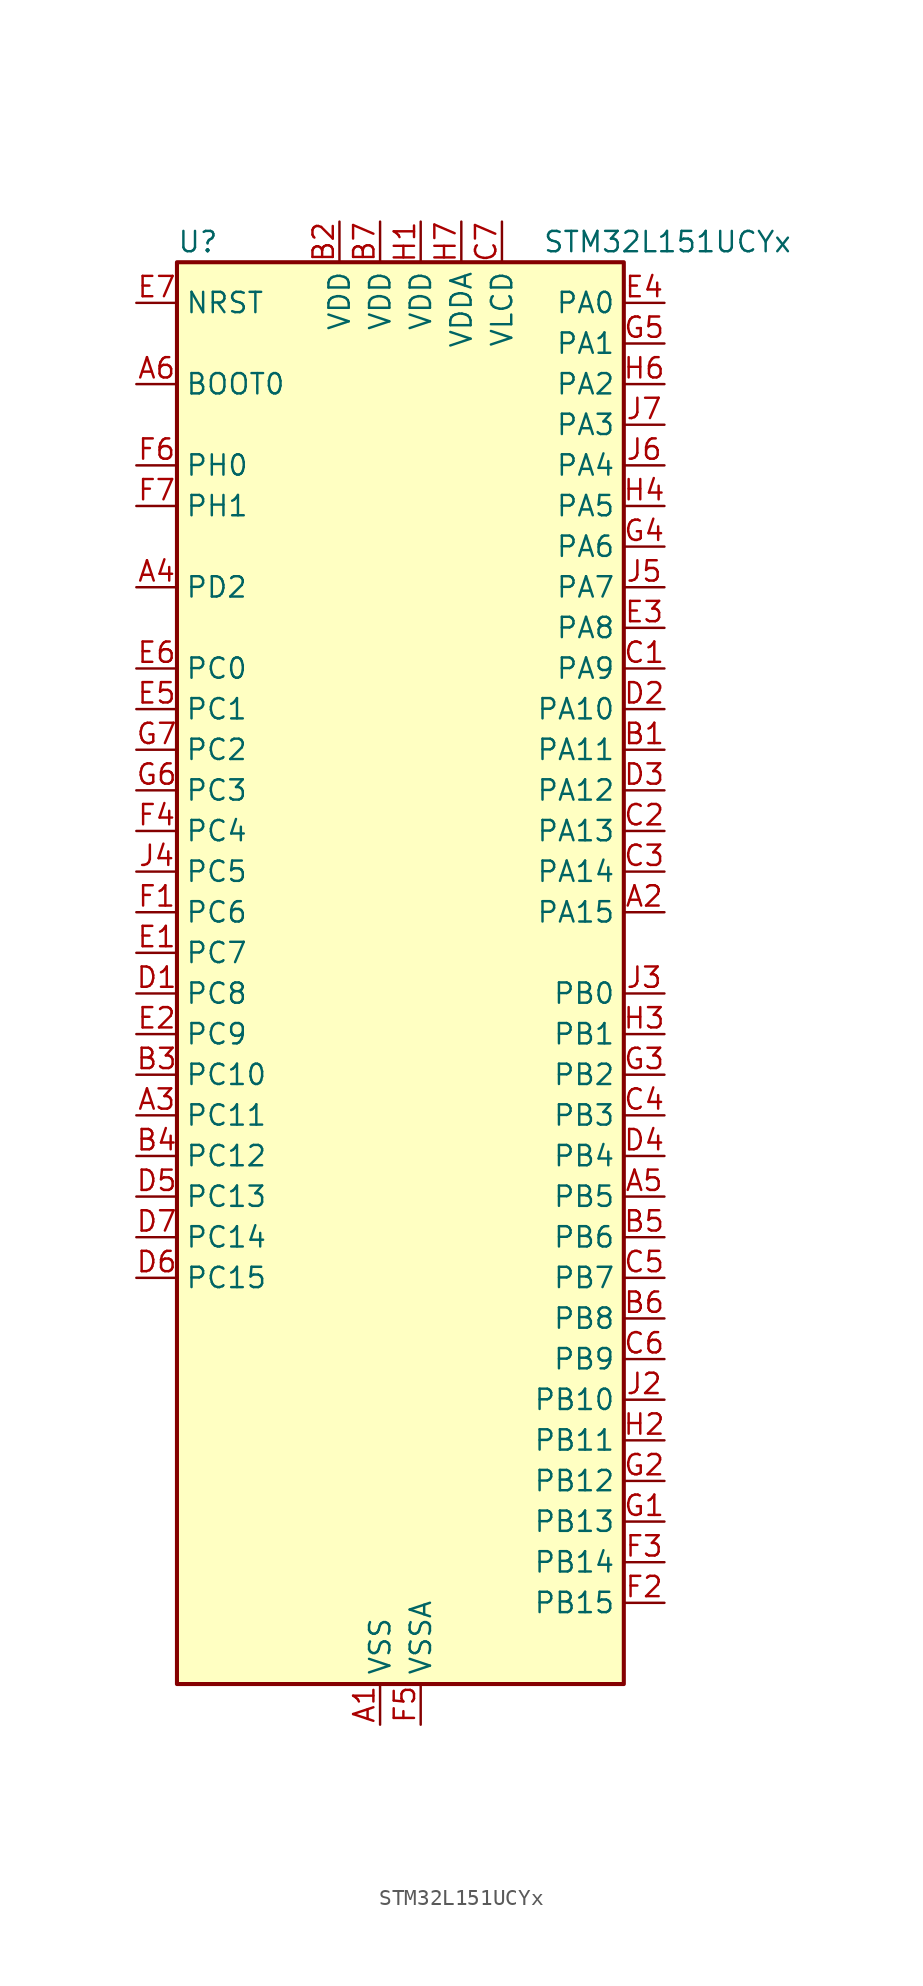
<source format=kicad_sym>
(kicad_symbol_lib
  (version 20231120)
  (generator "kicad-library-utils")
  (generator_version "8.0")
  (symbol "STM32L151UCYx"
    (property "Reference" "U"
      (at -12.7 46.99 0)
      (effects (font (size 1.27 1.27)) (justify left)))
    (property "Value" "STM32L151UCYx"
      (at 10.16 46.99 0)
      (effects (font (size 1.27 1.27)) (justify left)))
    (symbol "STM32L151UCYx_0_1"
      (rectangle (start -12.7 -43.18) (end 15.24 45.72) (stroke (width 0.254) (type default)) (fill (type background))))
    (symbol "STM32L151UCYx_1_1"
      (pin power_in line (at 0 -45.72 90) (length 2.54) (name "VSS" (effects (font (size 1.27 1.27)))) (number "A1" (effects (font (size 1.27 1.27)))))
      (pin bidirectional line (at 17.78 5.08 180) (length 2.54) (name "PA15" (effects (font (size 1.27 1.27)))) (number "A2" (effects (font (size 1.27 1.27)))) (alternate "ADC_EXTI15" bidirectional line) (alternate "I2S3_WS" bidirectional line) (alternate "SPI1_NSS" bidirectional line) (alternate "SPI3_NSS" bidirectional line) (alternate "SYS_JTDI" bidirectional line) (alternate "TIM2_CH1" bidirectional line) (alternate "TIM2_ETR" bidirectional line) (alternate "TIMX_IC4" bidirectional line) (alternate "TS_G5_IO3" bidirectional line))
      (pin bidirectional line (at -15.24 -7.62 0) (length 2.54) (name "PC11" (effects (font (size 1.27 1.27)))) (number "A3" (effects (font (size 1.27 1.27)))) (alternate "ADC_EXTI11" bidirectional line) (alternate "SPI3_MISO" bidirectional line) (alternate "TIMX_IC4" bidirectional line) (alternate "USART3_RX" bidirectional line))
      (pin bidirectional line (at -15.24 25.4 0) (length 2.54) (name "PD2" (effects (font (size 1.27 1.27)))) (number "A4" (effects (font (size 1.27 1.27)))) (alternate "TIM3_ETR" bidirectional line) (alternate "TIMX_IC3" bidirectional line))
      (pin bidirectional line (at 17.78 -12.7 180) (length 2.54) (name "PB5" (effects (font (size 1.27 1.27)))) (number "A5" (effects (font (size 1.27 1.27)))) (alternate "COMP2_INP" bidirectional line) (alternate "I2C1_SMBA" bidirectional line) (alternate "I2S3_SD" bidirectional line) (alternate "SPI1_MOSI" bidirectional line) (alternate "SPI3_MOSI" bidirectional line) (alternate "TIM3_CH2" bidirectional line) (alternate "TS_G6_IO2" bidirectional line))
      (pin input line (at -15.24 38.1 0) (length 2.54) (name "BOOT0" (effects (font (size 1.27 1.27)))) (number "A6" (effects (font (size 1.27 1.27)))))
      (pin passive line (at 0 -45.72 90) (length 2.54) hide (name "VSS" (effects (font (size 1.27 1.27)))) (number "A7" (effects (font (size 1.27 1.27)))))
      (pin bidirectional line (at 17.78 15.24 180) (length 2.54) (name "PA11" (effects (font (size 1.27 1.27)))) (number "B1" (effects (font (size 1.27 1.27)))) (alternate "ADC_EXTI11" bidirectional line) (alternate "SPI1_MISO" bidirectional line) (alternate "TIMX_IC4" bidirectional line) (alternate "USART1_CTS" bidirectional line) (alternate "USB_DM" bidirectional line))
      (pin power_in line (at -2.54 48.26 270) (length 2.54) (name "VDD" (effects (font (size 1.27 1.27)))) (number "B2" (effects (font (size 1.27 1.27)))))
      (pin bidirectional line (at -15.24 -5.08 0) (length 2.54) (name "PC10" (effects (font (size 1.27 1.27)))) (number "B3" (effects (font (size 1.27 1.27)))) (alternate "I2S3_CK" bidirectional line) (alternate "SPI3_SCK" bidirectional line) (alternate "TIMX_IC3" bidirectional line) (alternate "USART3_TX" bidirectional line))
      (pin bidirectional line (at -15.24 -10.16 0) (length 2.54) (name "PC12" (effects (font (size 1.27 1.27)))) (number "B4" (effects (font (size 1.27 1.27)))) (alternate "I2S3_SD" bidirectional line) (alternate "SPI3_MOSI" bidirectional line) (alternate "TIMX_IC1" bidirectional line) (alternate "USART3_CK" bidirectional line))
      (pin bidirectional line (at 17.78 -15.24 180) (length 2.54) (name "PB6" (effects (font (size 1.27 1.27)))) (number "B5" (effects (font (size 1.27 1.27)))) (alternate "COMP2_INP" bidirectional line) (alternate "I2C1_SCL" bidirectional line) (alternate "TIM4_CH1" bidirectional line) (alternate "TS_G6_IO3" bidirectional line) (alternate "USART1_TX" bidirectional line))
      (pin bidirectional line (at 17.78 -20.32 180) (length 2.54) (name "PB8" (effects (font (size 1.27 1.27)))) (number "B6" (effects (font (size 1.27 1.27)))) (alternate "I2C1_SCL" bidirectional line) (alternate "TIM10_CH1" bidirectional line) (alternate "TIM4_CH3" bidirectional line))
      (pin power_in line (at 0 48.26 270) (length 2.54) (name "VDD" (effects (font (size 1.27 1.27)))) (number "B7" (effects (font (size 1.27 1.27)))))
      (pin bidirectional line (at 17.78 20.32 180) (length 2.54) (name "PA9" (effects (font (size 1.27 1.27)))) (number "C1" (effects (font (size 1.27 1.27)))) (alternate "DAC_EXTI9" bidirectional line) (alternate "TIMX_IC2" bidirectional line) (alternate "TS_G4_IO2" bidirectional line) (alternate "USART1_TX" bidirectional line))
      (pin bidirectional line (at 17.78 10.16 180) (length 2.54) (name "PA13" (effects (font (size 1.27 1.27)))) (number "C2" (effects (font (size 1.27 1.27)))) (alternate "SYS_JTMS-SWDIO" bidirectional line) (alternate "TIMX_IC2" bidirectional line) (alternate "TS_G5_IO1" bidirectional line))
      (pin bidirectional line (at 17.78 7.62 180) (length 2.54) (name "PA14" (effects (font (size 1.27 1.27)))) (number "C3" (effects (font (size 1.27 1.27)))) (alternate "SYS_JTCK-SWCLK" bidirectional line) (alternate "TIMX_IC3" bidirectional line) (alternate "TS_G5_IO2" bidirectional line))
      (pin bidirectional line (at 17.78 -7.62 180) (length 2.54) (name "PB3" (effects (font (size 1.27 1.27)))) (number "C4" (effects (font (size 1.27 1.27)))) (alternate "COMP2_INM" bidirectional line) (alternate "I2S3_CK" bidirectional line) (alternate "SPI1_SCK" bidirectional line) (alternate "SPI3_SCK" bidirectional line) (alternate "SYS_JTDO-TRACESWO" bidirectional line) (alternate "TIM2_CH2" bidirectional line))
      (pin bidirectional line (at 17.78 -17.78 180) (length 2.54) (name "PB7" (effects (font (size 1.27 1.27)))) (number "C5" (effects (font (size 1.27 1.27)))) (alternate "COMP2_INP" bidirectional line) (alternate "I2C1_SDA" bidirectional line) (alternate "SYS_PVD_IN" bidirectional line) (alternate "TIM4_CH2" bidirectional line) (alternate "TS_G6_IO4" bidirectional line) (alternate "USART1_RX" bidirectional line))
      (pin bidirectional line (at 17.78 -22.86 180) (length 2.54) (name "PB9" (effects (font (size 1.27 1.27)))) (number "C6" (effects (font (size 1.27 1.27)))) (alternate "DAC_EXTI9" bidirectional line) (alternate "I2C1_SDA" bidirectional line) (alternate "TIM11_CH1" bidirectional line) (alternate "TIM4_CH4" bidirectional line))
      (pin power_in line (at 7.62 48.26 270) (length 2.54) (name "VLCD" (effects (font (size 1.27 1.27)))) (number "C7" (effects (font (size 1.27 1.27)))))
      (pin bidirectional line (at -15.24 0 0) (length 2.54) (name "PC8" (effects (font (size 1.27 1.27)))) (number "D1" (effects (font (size 1.27 1.27)))) (alternate "TIM3_CH3" bidirectional line) (alternate "TIMX_IC1" bidirectional line) (alternate "TS_G10_IO3" bidirectional line))
      (pin bidirectional line (at 17.78 17.78 180) (length 2.54) (name "PA10" (effects (font (size 1.27 1.27)))) (number "D2" (effects (font (size 1.27 1.27)))) (alternate "TIMX_IC3" bidirectional line) (alternate "TS_G4_IO3" bidirectional line) (alternate "USART1_RX" bidirectional line))
      (pin bidirectional line (at 17.78 12.7 180) (length 2.54) (name "PA12" (effects (font (size 1.27 1.27)))) (number "D3" (effects (font (size 1.27 1.27)))) (alternate "SPI1_MOSI" bidirectional line) (alternate "TIMX_IC1" bidirectional line) (alternate "USART1_RTS" bidirectional line) (alternate "USB_DP" bidirectional line))
      (pin bidirectional line (at 17.78 -10.16 180) (length 2.54) (name "PB4" (effects (font (size 1.27 1.27)))) (number "D4" (effects (font (size 1.27 1.27)))) (alternate "COMP2_INP" bidirectional line) (alternate "SPI1_MISO" bidirectional line) (alternate "SPI3_MISO" bidirectional line) (alternate "SYS_JTRST" bidirectional line) (alternate "TIM3_CH1" bidirectional line) (alternate "TS_G6_IO1" bidirectional line))
      (pin bidirectional line (at -15.24 -12.7 0) (length 2.54) (name "PC13" (effects (font (size 1.27 1.27)))) (number "D5" (effects (font (size 1.27 1.27)))) (alternate "RTC_OUT_ALARM" bidirectional line) (alternate "RTC_OUT_CALIB" bidirectional line) (alternate "RTC_TAMP1" bidirectional line) (alternate "RTC_TS" bidirectional line) (alternate "SYS_WKUP2" bidirectional line) (alternate "TIMX_IC2" bidirectional line))
      (pin bidirectional line (at -15.24 -17.78 0) (length 2.54) (name "PC15" (effects (font (size 1.27 1.27)))) (number "D6" (effects (font (size 1.27 1.27)))) (alternate "ADC_EXTI15" bidirectional line) (alternate "RCC_OSC32_OUT" bidirectional line) (alternate "TIMX_IC4" bidirectional line))
      (pin bidirectional line (at -15.24 -15.24 0) (length 2.54) (name "PC14" (effects (font (size 1.27 1.27)))) (number "D7" (effects (font (size 1.27 1.27)))) (alternate "RCC_OSC32_IN" bidirectional line) (alternate "TIMX_IC3" bidirectional line))
      (pin bidirectional line (at -15.24 2.54 0) (length 2.54) (name "PC7" (effects (font (size 1.27 1.27)))) (number "E1" (effects (font (size 1.27 1.27)))) (alternate "I2S3_MCK" bidirectional line) (alternate "TIM3_CH2" bidirectional line) (alternate "TIMX_IC4" bidirectional line) (alternate "TS_G10_IO2" bidirectional line))
      (pin bidirectional line (at -15.24 -2.54 0) (length 2.54) (name "PC9" (effects (font (size 1.27 1.27)))) (number "E2" (effects (font (size 1.27 1.27)))) (alternate "DAC_EXTI9" bidirectional line) (alternate "TIM3_CH4" bidirectional line) (alternate "TIMX_IC2" bidirectional line) (alternate "TS_G10_IO4" bidirectional line))
      (pin bidirectional line (at 17.78 22.86 180) (length 2.54) (name "PA8" (effects (font (size 1.27 1.27)))) (number "E3" (effects (font (size 1.27 1.27)))) (alternate "RCC_MCO" bidirectional line) (alternate "TIMX_IC1" bidirectional line) (alternate "TS_G4_IO1" bidirectional line) (alternate "USART1_CK" bidirectional line))
      (pin bidirectional line (at 17.78 43.18 180) (length 2.54) (name "PA0" (effects (font (size 1.27 1.27)))) (number "E4" (effects (font (size 1.27 1.27)))) (alternate "ADC_IN0" bidirectional line) (alternate "COMP1_INP" bidirectional line) (alternate "RTC_TAMP2" bidirectional line) (alternate "SYS_WKUP1" bidirectional line) (alternate "TIM2_CH1" bidirectional line) (alternate "TIM2_ETR" bidirectional line) (alternate "TIM5_CH1" bidirectional line) (alternate "TIMX_IC1" bidirectional line) (alternate "TS_G1_IO1" bidirectional line) (alternate "USART2_CTS" bidirectional line))
      (pin bidirectional line (at -15.24 17.78 0) (length 2.54) (name "PC1" (effects (font (size 1.27 1.27)))) (number "E5" (effects (font (size 1.27 1.27)))) (alternate "ADC_IN11" bidirectional line) (alternate "COMP1_INP" bidirectional line) (alternate "TIMX_IC2" bidirectional line) (alternate "TS_G8_IO2" bidirectional line))
      (pin bidirectional line (at -15.24 20.32 0) (length 2.54) (name "PC0" (effects (font (size 1.27 1.27)))) (number "E6" (effects (font (size 1.27 1.27)))) (alternate "ADC_IN10" bidirectional line) (alternate "COMP1_INP" bidirectional line) (alternate "TIMX_IC1" bidirectional line) (alternate "TS_G8_IO1" bidirectional line))
      (pin input line (at -15.24 43.18 0) (length 2.54) (name "NRST" (effects (font (size 1.27 1.27)))) (number "E7" (effects (font (size 1.27 1.27)))))
      (pin bidirectional line (at -15.24 5.08 0) (length 2.54) (name "PC6" (effects (font (size 1.27 1.27)))) (number "F1" (effects (font (size 1.27 1.27)))) (alternate "I2S2_MCK" bidirectional line) (alternate "TIM3_CH1" bidirectional line) (alternate "TIMX_IC3" bidirectional line) (alternate "TS_G10_IO1" bidirectional line))
      (pin bidirectional line (at 17.78 -38.1 180) (length 2.54) (name "PB15" (effects (font (size 1.27 1.27)))) (number "F2" (effects (font (size 1.27 1.27)))) (alternate "ADC_EXTI15" bidirectional line) (alternate "ADC_IN21" bidirectional line) (alternate "COMP1_INP" bidirectional line) (alternate "I2S2_SD" bidirectional line) (alternate "RTC_REFIN" bidirectional line) (alternate "SPI2_MOSI" bidirectional line) (alternate "TIM11_CH1" bidirectional line) (alternate "TS_G7_IO4" bidirectional line))
      (pin bidirectional line (at 17.78 -35.56 180) (length 2.54) (name "PB14" (effects (font (size 1.27 1.27)))) (number "F3" (effects (font (size 1.27 1.27)))) (alternate "ADC_IN20" bidirectional line) (alternate "COMP1_INP" bidirectional line) (alternate "SPI2_MISO" bidirectional line) (alternate "TIM9_CH2" bidirectional line) (alternate "TS_G7_IO3" bidirectional line) (alternate "USART3_RTS" bidirectional line))
      (pin bidirectional line (at -15.24 10.16 0) (length 2.54) (name "PC4" (effects (font (size 1.27 1.27)))) (number "F4" (effects (font (size 1.27 1.27)))) (alternate "ADC_IN14" bidirectional line) (alternate "COMP1_INP" bidirectional line) (alternate "TIMX_IC1" bidirectional line) (alternate "TS_G9_IO1" bidirectional line))
      (pin power_in line (at 2.54 -45.72 90) (length 2.54) (name "VSSA" (effects (font (size 1.27 1.27)))) (number "F5" (effects (font (size 1.27 1.27)))))
      (pin bidirectional line (at -15.24 33.02 0) (length 2.54) (name "PH0" (effects (font (size 1.27 1.27)))) (number "F6" (effects (font (size 1.27 1.27)))) (alternate "RCC_OSC_IN" bidirectional line))
      (pin bidirectional line (at -15.24 30.48 0) (length 2.54) (name "PH1" (effects (font (size 1.27 1.27)))) (number "F7" (effects (font (size 1.27 1.27)))) (alternate "RCC_OSC_OUT" bidirectional line))
      (pin bidirectional line (at 17.78 -33.02 180) (length 2.54) (name "PB13" (effects (font (size 1.27 1.27)))) (number "G1" (effects (font (size 1.27 1.27)))) (alternate "ADC_IN19" bidirectional line) (alternate "COMP1_INP" bidirectional line) (alternate "I2S2_CK" bidirectional line) (alternate "SPI2_SCK" bidirectional line) (alternate "TIM9_CH1" bidirectional line) (alternate "TS_G7_IO2" bidirectional line) (alternate "USART3_CTS" bidirectional line))
      (pin bidirectional line (at 17.78 -30.48 180) (length 2.54) (name "PB12" (effects (font (size 1.27 1.27)))) (number "G2" (effects (font (size 1.27 1.27)))) (alternate "ADC_IN18" bidirectional line) (alternate "COMP1_INP" bidirectional line) (alternate "I2C2_SMBA" bidirectional line) (alternate "I2S2_WS" bidirectional line) (alternate "SPI2_NSS" bidirectional line) (alternate "TIM10_CH1" bidirectional line) (alternate "TS_G7_IO1" bidirectional line) (alternate "USART3_CK" bidirectional line))
      (pin bidirectional line (at 17.78 -5.08 180) (length 2.54) (name "PB2" (effects (font (size 1.27 1.27)))) (number "G3" (effects (font (size 1.27 1.27)))) (alternate "TS_G3_IO3" bidirectional line))
      (pin bidirectional line (at 17.78 27.94 180) (length 2.54) (name "PA6" (effects (font (size 1.27 1.27)))) (number "G4" (effects (font (size 1.27 1.27)))) (alternate "ADC_IN6" bidirectional line) (alternate "COMP1_INP" bidirectional line) (alternate "OPAMP2_VINP" bidirectional line) (alternate "SPI1_MISO" bidirectional line) (alternate "TIM10_CH1" bidirectional line) (alternate "TIM3_CH1" bidirectional line) (alternate "TIMX_IC3" bidirectional line) (alternate "TS_G2_IO1" bidirectional line))
      (pin bidirectional line (at 17.78 40.64 180) (length 2.54) (name "PA1" (effects (font (size 1.27 1.27)))) (number "G5" (effects (font (size 1.27 1.27)))) (alternate "ADC_IN1" bidirectional line) (alternate "COMP1_INP" bidirectional line) (alternate "OPAMP1_VINP" bidirectional line) (alternate "TIM2_CH2" bidirectional line) (alternate "TIM5_CH2" bidirectional line) (alternate "TIMX_IC2" bidirectional line) (alternate "TS_G1_IO2" bidirectional line) (alternate "USART2_RTS" bidirectional line))
      (pin bidirectional line (at -15.24 12.7 0) (length 2.54) (name "PC3" (effects (font (size 1.27 1.27)))) (number "G6" (effects (font (size 1.27 1.27)))) (alternate "ADC_IN13" bidirectional line) (alternate "COMP1_INP" bidirectional line) (alternate "TIMX_IC4" bidirectional line) (alternate "TS_G8_IO4" bidirectional line))
      (pin bidirectional line (at -15.24 15.24 0) (length 2.54) (name "PC2" (effects (font (size 1.27 1.27)))) (number "G7" (effects (font (size 1.27 1.27)))) (alternate "ADC_IN12" bidirectional line) (alternate "COMP1_INP" bidirectional line) (alternate "TIMX_IC3" bidirectional line) (alternate "TS_G8_IO3" bidirectional line))
      (pin power_in line (at 2.54 48.26 270) (length 2.54) (name "VDD" (effects (font (size 1.27 1.27)))) (number "H1" (effects (font (size 1.27 1.27)))))
      (pin bidirectional line (at 17.78 -27.94 180) (length 2.54) (name "PB11" (effects (font (size 1.27 1.27)))) (number "H2" (effects (font (size 1.27 1.27)))) (alternate "ADC_EXTI11" bidirectional line) (alternate "I2C2_SDA" bidirectional line) (alternate "TIM2_CH4" bidirectional line) (alternate "USART3_RX" bidirectional line))
      (pin bidirectional line (at 17.78 -2.54 180) (length 2.54) (name "PB1" (effects (font (size 1.27 1.27)))) (number "H3" (effects (font (size 1.27 1.27)))) (alternate "ADC_IN9" bidirectional line) (alternate "COMP1_INP" bidirectional line) (alternate "SYS_V_REF_OUT" bidirectional line) (alternate "TIM3_CH4" bidirectional line) (alternate "TS_G3_IO2" bidirectional line))
      (pin bidirectional line (at 17.78 30.48 180) (length 2.54) (name "PA5" (effects (font (size 1.27 1.27)))) (number "H4" (effects (font (size 1.27 1.27)))) (alternate "ADC_IN5" bidirectional line) (alternate "COMP1_INP" bidirectional line) (alternate "DAC_OUT2" bidirectional line) (alternate "SPI1_SCK" bidirectional line) (alternate "TIM2_CH1" bidirectional line) (alternate "TIM2_ETR" bidirectional line) (alternate "TIMX_IC2" bidirectional line))
      (pin passive line (at 0 -45.72 90) (length 2.54) hide (name "VSS" (effects (font (size 1.27 1.27)))) (number "H5" (effects (font (size 1.27 1.27)))))
      (pin bidirectional line (at 17.78 38.1 180) (length 2.54) (name "PA2" (effects (font (size 1.27 1.27)))) (number "H6" (effects (font (size 1.27 1.27)))) (alternate "ADC_IN2" bidirectional line) (alternate "COMP1_INP" bidirectional line) (alternate "OPAMP1_VINM" bidirectional line) (alternate "TIM2_CH3" bidirectional line) (alternate "TIM5_CH3" bidirectional line) (alternate "TIM9_CH1" bidirectional line) (alternate "TIMX_IC3" bidirectional line) (alternate "TS_G1_IO3" bidirectional line) (alternate "USART2_TX" bidirectional line))
      (pin power_in line (at 5.08 48.26 270) (length 2.54) (name "VDDA" (effects (font (size 1.27 1.27)))) (number "H7" (effects (font (size 1.27 1.27)))))
      (pin passive line (at 0 -45.72 90) (length 2.54) hide (name "VSS" (effects (font (size 1.27 1.27)))) (number "J1" (effects (font (size 1.27 1.27)))))
      (pin bidirectional line (at 17.78 -25.4 180) (length 2.54) (name "PB10" (effects (font (size 1.27 1.27)))) (number "J2" (effects (font (size 1.27 1.27)))) (alternate "I2C2_SCL" bidirectional line) (alternate "TIM2_CH3" bidirectional line) (alternate "USART3_TX" bidirectional line))
      (pin bidirectional line (at 17.78 0 180) (length 2.54) (name "PB0" (effects (font (size 1.27 1.27)))) (number "J3" (effects (font (size 1.27 1.27)))) (alternate "ADC_IN8" bidirectional line) (alternate "COMP1_INP" bidirectional line) (alternate "OPAMP2_VOUT" bidirectional line) (alternate "SYS_V_REF_OUT" bidirectional line) (alternate "TIM3_CH3" bidirectional line) (alternate "TS_G3_IO1" bidirectional line))
      (pin bidirectional line (at -15.24 7.62 0) (length 2.54) (name "PC5" (effects (font (size 1.27 1.27)))) (number "J4" (effects (font (size 1.27 1.27)))) (alternate "ADC_IN15" bidirectional line) (alternate "COMP1_INP" bidirectional line) (alternate "TIMX_IC2" bidirectional line) (alternate "TS_G9_IO2" bidirectional line))
      (pin bidirectional line (at 17.78 25.4 180) (length 2.54) (name "PA7" (effects (font (size 1.27 1.27)))) (number "J5" (effects (font (size 1.27 1.27)))) (alternate "ADC_IN7" bidirectional line) (alternate "COMP1_INP" bidirectional line) (alternate "OPAMP2_VINM" bidirectional line) (alternate "SPI1_MOSI" bidirectional line) (alternate "TIM11_CH1" bidirectional line) (alternate "TIM3_CH2" bidirectional line) (alternate "TIMX_IC4" bidirectional line) (alternate "TS_G2_IO2" bidirectional line))
      (pin bidirectional line (at 17.78 33.02 180) (length 2.54) (name "PA4" (effects (font (size 1.27 1.27)))) (number "J6" (effects (font (size 1.27 1.27)))) (alternate "ADC_IN4" bidirectional line) (alternate "COMP1_INP" bidirectional line) (alternate "DAC_OUT1" bidirectional line) (alternate "I2S3_WS" bidirectional line) (alternate "SPI1_NSS" bidirectional line) (alternate "SPI3_NSS" bidirectional line) (alternate "TIMX_IC1" bidirectional line) (alternate "USART2_CK" bidirectional line))
      (pin bidirectional line (at 17.78 35.56 180) (length 2.54) (name "PA3" (effects (font (size 1.27 1.27)))) (number "J7" (effects (font (size 1.27 1.27)))) (alternate "ADC_IN3" bidirectional line) (alternate "COMP1_INP" bidirectional line) (alternate "OPAMP1_VOUT" bidirectional line) (alternate "TIM2_CH4" bidirectional line) (alternate "TIM5_CH4" bidirectional line) (alternate "TIM9_CH2" bidirectional line) (alternate "TIMX_IC4" bidirectional line) (alternate "TS_G1_IO4" bidirectional line) (alternate "USART2_RX" bidirectional line)))))
</source>
